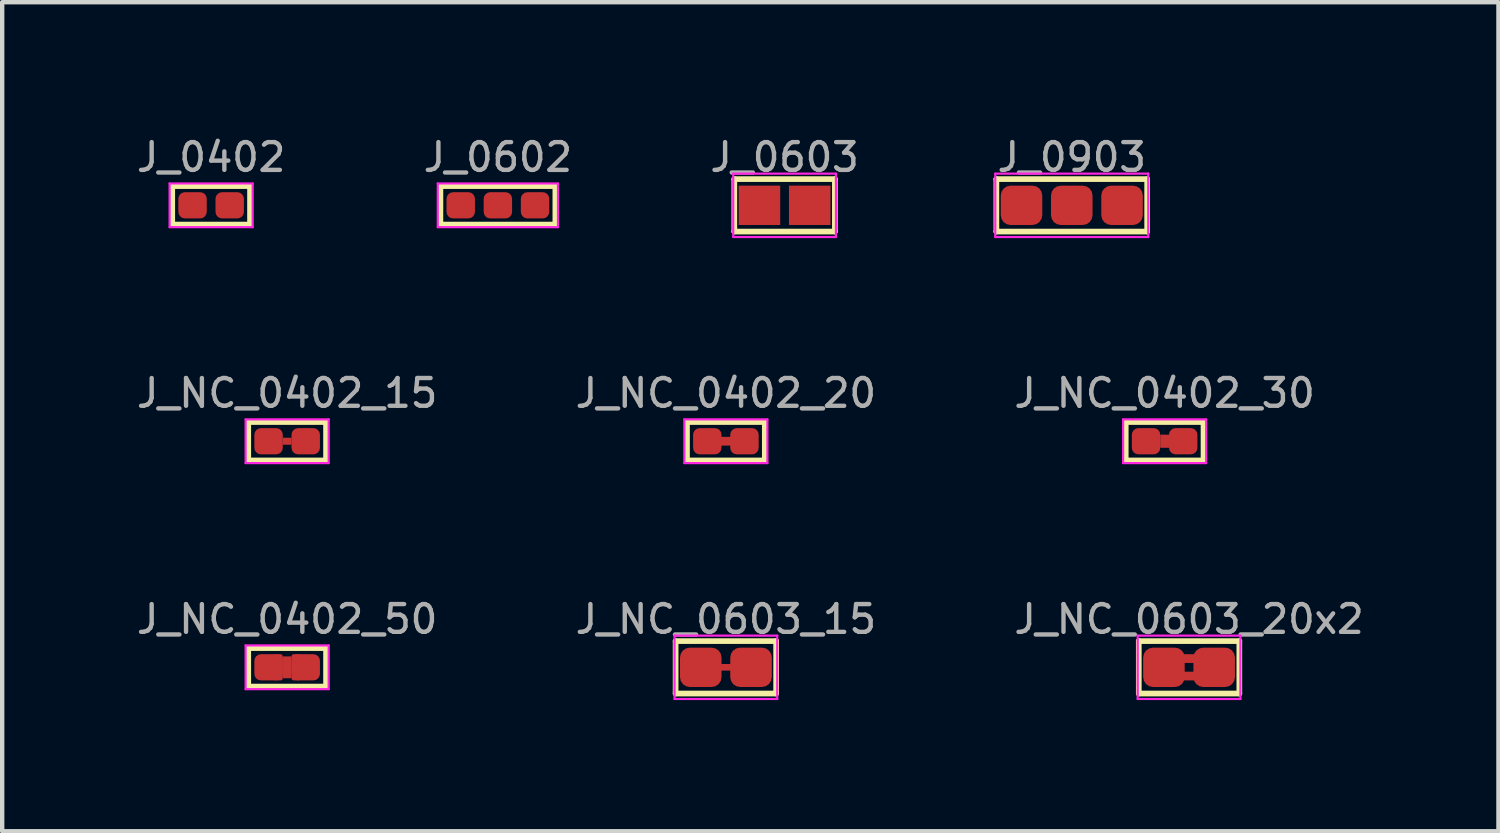
<source format=kicad_pcb>
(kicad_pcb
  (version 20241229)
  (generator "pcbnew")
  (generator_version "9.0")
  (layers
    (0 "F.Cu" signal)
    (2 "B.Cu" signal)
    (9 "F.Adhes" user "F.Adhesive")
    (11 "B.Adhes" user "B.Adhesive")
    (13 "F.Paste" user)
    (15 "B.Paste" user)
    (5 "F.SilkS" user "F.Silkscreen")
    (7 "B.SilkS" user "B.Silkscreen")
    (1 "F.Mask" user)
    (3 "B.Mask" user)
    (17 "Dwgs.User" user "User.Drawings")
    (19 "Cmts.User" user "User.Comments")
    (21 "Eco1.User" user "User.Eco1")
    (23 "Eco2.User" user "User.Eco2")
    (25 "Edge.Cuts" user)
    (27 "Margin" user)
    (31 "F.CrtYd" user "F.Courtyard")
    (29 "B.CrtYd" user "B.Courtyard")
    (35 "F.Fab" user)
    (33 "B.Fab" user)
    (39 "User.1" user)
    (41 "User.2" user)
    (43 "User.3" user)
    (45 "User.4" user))
  (footprint "J_NC_0402_30"
    (layer "F.Cu")
    (at 23.593 7.044)
    (property "Reference" "J_NC_0402_30" (at 0 -1.1 0) (layer "F.Fab") (effects (font (size 0.635 0.635) (thickness 0.1))))
    (attr exclude_from_pos_files exclude_from_bom allow_soldermask_bridges)
    (fp_rect (start -0.1 -0.15) (end 0.1 0.15) (stroke (width 0) (type solid)) (fill yes) (layer "F.Cu"))
    (fp_poly (pts (xy -0.05 -0.2) (xy 0.05 -0.2) (xy 0.05 0.2) (xy -0.05 0.2)) (stroke (width 0.15) (type solid)) (fill yes) (layer "F.Mask"))
    (fp_line (start -0.89 -0.44) (end -0.89 0.44) (stroke (width 0.13) (type solid)) (layer "F.SilkS"))
    (fp_line (start -0.89 -0.44) (end 0.89 -0.44) (stroke (width 0.13) (type solid)) (layer "F.SilkS"))
    (fp_line (start 0.89 -0.44) (end 0.89 0.44) (stroke (width 0.13) (type solid)) (layer "F.SilkS"))
    (fp_line (start 0.89 0.44) (end -0.89 0.44) (stroke (width 0.13) (type solid)) (layer "F.SilkS"))
    (fp_line (start -0.95 -0.5) (end -0.95 0.5) (stroke (width 0.05) (type solid)) (layer "F.CrtYd"))
    (fp_line (start -0.95 -0.5) (end 0.95 -0.5) (stroke (width 0.05) (type solid)) (layer "F.CrtYd"))
    (fp_line (start -0.95 0.5) (end 0.95 0.5) (stroke (width 0.05) (type solid)) (layer "F.CrtYd"))
    (fp_line (start 0.95 -0.5) (end 0.95 0.5) (stroke (width 0.05) (type solid)) (layer "F.CrtYd"))
    (pad "1" smd roundrect (at -0.425 0) (size 0.65 0.6) (layers "F.Cu" "F.Mask") (roundrect_rratio 0.25))
    (pad "2" smd roundrect (at 0.425 0) (size 0.65 0.6) (layers "F.Cu" "F.Mask") (roundrect_rratio 0.25)))
  (footprint "J_0402"
    (layer "F.Cu")
    (at 1.78 1.647)
    (property "Reference" "J_0402" (at 0 -1.1 0) (layer "F.Fab") (effects (font (size 0.635 0.635) (thickness 0.1))))
    (attr exclude_from_pos_files exclude_from_bom allow_soldermask_bridges)
    (fp_poly (pts (xy -0.05 -0.2) (xy 0.05 -0.2) (xy 0.05 0.2) (xy -0.05 0.2)) (stroke (width 0.15) (type solid)) (fill yes) (layer "F.Mask"))
    (fp_line (start -0.89 -0.44) (end -0.89 0.44) (stroke (width 0.13) (type solid)) (layer "F.SilkS"))
    (fp_line (start -0.89 -0.44) (end 0.89 -0.44) (stroke (width 0.13) (type solid)) (layer "F.SilkS"))
    (fp_line (start 0.89 -0.44) (end 0.89 0.44) (stroke (width 0.13) (type solid)) (layer "F.SilkS"))
    (fp_line (start 0.89 0.44) (end -0.89 0.44) (stroke (width 0.13) (type solid)) (layer "F.SilkS"))
    (fp_line (start -0.95 -0.5) (end -0.95 0.5) (stroke (width 0.05) (type solid)) (layer "F.CrtYd"))
    (fp_line (start -0.95 -0.5) (end 0.95 -0.5) (stroke (width 0.05) (type solid)) (layer "F.CrtYd"))
    (fp_line (start -0.95 0.5) (end 0.95 0.5) (stroke (width 0.05) (type solid)) (layer "F.CrtYd"))
    (fp_line (start 0.95 -0.5) (end 0.95 0.5) (stroke (width 0.05) (type solid)) (layer "F.CrtYd"))
    (pad "1" smd roundrect (at -0.425 0) (size 0.65 0.6) (layers "F.Cu" "F.Mask") (roundrect_rratio 0.25))
    (pad "2" smd roundrect (at 0.425 0) (size 0.65 0.6) (layers "F.Cu" "F.Mask") (roundrect_rratio 0.25)))
  (footprint "J_0603"
    (layer "F.Cu")
    (at 14.899 1.647)
    (property "Reference" "J_0603" (at 0 -1.1 0) (layer "F.Fab") (effects (font (size 0.635 0.635) (thickness 0.1))))
    (attr smd)
    (fp_line (start -1.15 -0.6) (end -1.15 0.6) (stroke (width 0.13) (type solid)) (layer "F.SilkS"))
    (fp_line (start -1.15 -0.6) (end 1.15 -0.6) (stroke (width 0.13) (type solid)) (layer "F.SilkS"))
    (fp_line (start 1.15 -0.6) (end 1.15 0.6) (stroke (width 0.13) (type solid)) (layer "F.SilkS"))
    (fp_line (start 1.15 0.6) (end -1.15 0.6) (stroke (width 0.13) (type solid)) (layer "F.SilkS"))
    (fp_line (start -1.175 -0.725) (end -1.175 0.725) (stroke (width 0.05) (type solid)) (layer "F.CrtYd"))
    (fp_line (start -1.175 -0.725) (end 1.175 -0.725) (stroke (width 0.05) (type solid)) (layer "F.CrtYd"))
    (fp_line (start -1.175 0.725) (end 1.175 0.725) (stroke (width 0.05) (type solid)) (layer "F.CrtYd"))
    (fp_line (start 1.175 -0.725) (end 1.175 0.725) (stroke (width 0.05) (type solid)) (layer "F.CrtYd"))
    (pad "1" smd rect (at -0.575 0) (size 0.95 0.9) (layers "F.Cu" "F.Mask" "F.Paste"))
    (pad "2" smd rect (at 0.575 0) (size 0.95 0.9) (layers "F.Cu" "F.Mask" "F.Paste")))
  (footprint "J_0602"
    (layer "F.Cu")
    (at 8.34 1.647)
    (property "Reference" "J_0602" (at 0 -1.1 0) (layer "F.Fab") (effects (font (size 0.635 0.635) (thickness 0.1))))
    (attr exclude_from_pos_files exclude_from_bom allow_soldermask_bridges)
    (fp_poly (pts (xy -0.475 -0.2) (xy -0.375 -0.2) (xy -0.375 0.2) (xy -0.475 0.2)) (stroke (width 0.15) (type solid)) (fill yes) (layer "F.Mask"))
    (fp_poly (pts (xy 0.375 -0.2) (xy 0.475 -0.2) (xy 0.475 0.2) (xy 0.375 0.2)) (stroke (width 0.15) (type solid)) (fill yes) (layer "F.Mask"))
    (fp_line (start -1.315 -0.44) (end -1.315 0.44) (stroke (width 0.13) (type solid)) (layer "F.SilkS"))
    (fp_line (start -1.315 -0.44) (end 1.315 -0.44) (stroke (width 0.13) (type solid)) (layer "F.SilkS"))
    (fp_line (start 1.315 -0.44) (end 1.315 0.44) (stroke (width 0.13) (type solid)) (layer "F.SilkS"))
    (fp_line (start 1.315 0.44) (end -1.315 0.44) (stroke (width 0.13) (type solid)) (layer "F.SilkS"))
    (fp_line (start -1.375 -0.5) (end -1.375 0.5) (stroke (width 0.05) (type solid)) (layer "F.CrtYd"))
    (fp_line (start -1.375 -0.5) (end 1.375 -0.5) (stroke (width 0.05) (type solid)) (layer "F.CrtYd"))
    (fp_line (start -1.375 0.5) (end 1.375 0.5) (stroke (width 0.05) (type solid)) (layer "F.CrtYd"))
    (fp_line (start 1.375 -0.5) (end 1.375 0.5) (stroke (width 0.05) (type solid)) (layer "F.CrtYd"))
    (pad "1" smd roundrect (at -0.85 0) (size 0.65 0.6) (layers "F.Cu" "F.Mask") (roundrect_rratio 0.25))
    (pad "2" smd roundrect (at 0 0) (size 0.65 0.6) (layers "F.Cu" "F.Mask") (roundrect_rratio 0.25))
    (pad "3" smd roundrect (at 0.85 0) (size 0.65 0.6) (layers "F.Cu" "F.Mask") (roundrect_rratio 0.25)))
  (footprint "J_NC_0402_50"
    (layer "F.Cu")
    (at 3.519 12.216)
    (property "Reference" "J_NC_0402_50" (at 0 -1.1 0) (layer "F.Fab") (effects (font (size 0.635 0.635) (thickness 0.1))))
    (attr exclude_from_pos_files exclude_from_bom allow_soldermask_bridges)
    (fp_rect (start -0.1 -0.25) (end 0.1 0.25) (stroke (width 0) (type solid)) (fill yes) (layer "F.Cu"))
    (fp_poly (pts (xy -0.05 -0.25) (xy 0.05 -0.25) (xy 0.05 0.25) (xy -0.05 0.25)) (stroke (width 0.1) (type solid)) (fill yes) (layer "F.Mask"))
    (fp_line (start -0.89 -0.44) (end -0.89 0.44) (stroke (width 0.13) (type solid)) (layer "F.SilkS"))
    (fp_line (start -0.89 -0.44) (end 0.89 -0.44) (stroke (width 0.13) (type solid)) (layer "F.SilkS"))
    (fp_line (start 0.89 -0.44) (end 0.89 0.44) (stroke (width 0.13) (type solid)) (layer "F.SilkS"))
    (fp_line (start 0.89 0.44) (end -0.89 0.44) (stroke (width 0.13) (type solid)) (layer "F.SilkS"))
    (fp_line (start -0.95 -0.5) (end -0.95 0.5) (stroke (width 0.05) (type solid)) (layer "F.CrtYd"))
    (fp_line (start -0.95 -0.5) (end 0.95 -0.5) (stroke (width 0.05) (type solid)) (layer "F.CrtYd"))
    (fp_line (start -0.95 0.5) (end 0.95 0.5) (stroke (width 0.05) (type solid)) (layer "F.CrtYd"))
    (fp_line (start 0.95 -0.5) (end 0.95 0.5) (stroke (width 0.05) (type solid)) (layer "F.CrtYd"))
    (pad "1" smd roundrect (at -0.425 0) (size 0.65 0.6) (layers "F.Cu" "F.Mask") (roundrect_rratio 0.25))
    (pad "1" smd roundrect (at -0.2 0) (size 0.2 0.6) (layers "F.Cu" "F.Mask") (roundrect_rratio 0.25))
    (pad "2" smd roundrect (at 0.2 0) (size 0.2 0.6) (layers "F.Cu" "F.Mask") (roundrect_rratio 0.25))
    (pad "2" smd roundrect (at 0.425 0) (size 0.65 0.6) (layers "F.Cu" "F.Mask") (roundrect_rratio 0.25)))
  (footprint "J_0903"
    (layer "F.Cu")
    (at 21.469 1.647)
    (property "Reference" "J_0903" (at 0 -1.1 0) (layer "F.Fab") (effects (font (size 0.635 0.635) (thickness 0.1))))
    (attr smd)
    (fp_poly (pts (xy -0.625 -0.25) (xy -0.525 -0.25) (xy -0.525 0.25) (xy -0.625 0.25)) (stroke (width 0.15) (type solid)) (fill yes) (layer "F.Mask"))
    (fp_poly (pts (xy 0.525 -0.25) (xy 0.625 -0.25) (xy 0.625 0.25) (xy 0.525 0.25)) (stroke (width 0.15) (type solid)) (fill yes) (layer "F.Mask"))
    (fp_line (start -1.725 -0.6) (end -1.725 0.6) (stroke (width 0.13) (type solid)) (layer "F.SilkS"))
    (fp_line (start -1.725 -0.6) (end 1.725 -0.6) (stroke (width 0.13) (type solid)) (layer "F.SilkS"))
    (fp_line (start 1.725 -0.6) (end 1.725 0.6) (stroke (width 0.13) (type solid)) (layer "F.SilkS"))
    (fp_line (start 1.725 0.6) (end -1.725 0.6) (stroke (width 0.13) (type solid)) (layer "F.SilkS"))
    (fp_line (start -1.75 -0.725) (end -1.75 0.725) (stroke (width 0.05) (type solid)) (layer "F.CrtYd"))
    (fp_line (start -1.75 -0.725) (end 1.75 -0.725) (stroke (width 0.05) (type solid)) (layer "F.CrtYd"))
    (fp_line (start -1.75 0.725) (end 1.75 0.725) (stroke (width 0.05) (type solid)) (layer "F.CrtYd"))
    (fp_line (start 1.75 -0.725) (end 1.75 0.725) (stroke (width 0.05) (type solid)) (layer "F.CrtYd"))
    (pad "1" smd roundrect (at -1.15 0) (size 0.95 0.9) (layers "F.Cu" "F.Mask" "F.Paste") (roundrect_rratio 0.25))
    (pad "2" smd roundrect (at 0 0) (size 0.95 0.9) (layers "F.Cu" "F.Mask" "F.Paste") (roundrect_rratio 0.25))
    (pad "3" smd roundrect (at 1.15 0) (size 0.95 0.9) (layers "F.Cu" "F.Mask" "F.Paste") (roundrect_rratio 0.25)))
  (footprint "J_NC_0402_15"
    (layer "F.Cu")
    (at 3.519 7.044)
    (property "Reference" "J_NC_0402_15" (at 0 -1.1 0) (layer "F.Fab") (effects (font (size 0.635 0.635) (thickness 0.1))))
    (attr exclude_from_pos_files exclude_from_bom)
    (fp_rect (start -0.1 -0.08) (end 0.1 0.08) (stroke (width 0) (type solid)) (fill yes) (layer "F.Cu"))
    (fp_poly (pts (xy -0.05 -0.2) (xy 0.05 -0.2) (xy 0.05 0.2) (xy -0.05 0.2)) (stroke (width 0.15) (type solid)) (fill yes) (layer "F.Mask"))
    (fp_line (start -0.89 -0.44) (end -0.89 0.44) (stroke (width 0.13) (type solid)) (layer "F.SilkS"))
    (fp_line (start -0.89 -0.44) (end 0.89 -0.44) (stroke (width 0.13) (type solid)) (layer "F.SilkS"))
    (fp_line (start 0.89 -0.44) (end 0.89 0.44) (stroke (width 0.13) (type solid)) (layer "F.SilkS"))
    (fp_line (start 0.89 0.44) (end -0.89 0.44) (stroke (width 0.13) (type solid)) (layer "F.SilkS"))
    (fp_line (start -0.95 -0.5) (end -0.95 0.5) (stroke (width 0.05) (type solid)) (layer "F.CrtYd"))
    (fp_line (start -0.95 -0.5) (end 0.95 -0.5) (stroke (width 0.05) (type solid)) (layer "F.CrtYd"))
    (fp_line (start -0.95 0.5) (end 0.95 0.5) (stroke (width 0.05) (type solid)) (layer "F.CrtYd"))
    (fp_line (start 0.95 -0.5) (end 0.95 0.5) (stroke (width 0.05) (type solid)) (layer "F.CrtYd"))
    (pad "1" smd roundrect (at -0.425 0) (size 0.65 0.6) (layers "F.Cu" "F.Mask") (roundrect_rratio 0.25))
    (pad "2" smd roundrect (at 0.425 0) (size 0.65 0.6) (layers "F.Cu" "F.Mask") (roundrect_rratio 0.25)))
  (footprint "J_NC_0402_20"
    (layer "F.Cu")
    (at 13.556 7.044)
    (property "Reference" "J_NC_0402_20" (at 0 -1.1 0) (layer "F.Fab") (effects (font (size 0.635 0.635) (thickness 0.1))))
    (attr smd)
    (fp_line (start -0.2 0) (end 0.2 0) (stroke (width 0.2) (type solid)) (layer "F.Cu"))
    (fp_poly (pts (xy -0.05 -0.2) (xy 0.05 -0.2) (xy 0.05 0.2) (xy -0.05 0.2)) (stroke (width 0.15) (type solid)) (fill yes) (layer "F.Mask"))
    (fp_line (start -0.89 -0.44) (end -0.89 0.44) (stroke (width 0.13) (type solid)) (layer "F.SilkS"))
    (fp_line (start -0.89 -0.44) (end 0.89 -0.44) (stroke (width 0.13) (type solid)) (layer "F.SilkS"))
    (fp_line (start 0.89 -0.44) (end 0.89 0.44) (stroke (width 0.13) (type solid)) (layer "F.SilkS"))
    (fp_line (start 0.89 0.44) (end -0.89 0.44) (stroke (width 0.13) (type solid)) (layer "F.SilkS"))
    (fp_line (start -0.95 -0.5) (end -0.95 0.5) (stroke (width 0.05) (type solid)) (layer "F.CrtYd"))
    (fp_line (start -0.95 -0.5) (end 0.95 -0.5) (stroke (width 0.05) (type solid)) (layer "F.CrtYd"))
    (fp_line (start -0.95 0.5) (end 0.95 0.5) (stroke (width 0.05) (type solid)) (layer "F.CrtYd"))
    (fp_line (start 0.95 -0.5) (end 0.95 0.5) (stroke (width 0.05) (type solid)) (layer "F.CrtYd"))
    (pad "1" smd roundrect (at -0.425 0) (size 0.65 0.6) (layers "F.Cu" "F.Mask" "F.Paste") (roundrect_rratio 0.25))
    (pad "2" smd roundrect (at 0.425 0) (size 0.65 0.6) (layers "F.Cu" "F.Mask" "F.Paste") (roundrect_rratio 0.25)))
  (footprint "J_NC_0603_20x2"
    (layer "F.Cu")
    (at 24.152 12.216)
    (property "Reference" "J_NC_0603_20x2" (at 0 -1.1 0) (layer "F.Fab") (effects (font (size 0.635 0.635) (thickness 0.1))))
    (attr exclude_from_pos_files exclude_from_bom)
    (fp_rect (start -0.12 -0.3) (end 0.12 -0.1) (stroke (width 0) (type solid)) (fill yes) (layer "F.Cu"))
    (fp_rect (start -0.12 0.1) (end 0.12 0.3) (stroke (width 0) (type solid)) (fill yes) (layer "F.Cu"))
    (fp_poly (pts (xy -0.1 -0.35) (xy 0.1 -0.35) (xy 0.1 0.35) (xy -0.1 0.35)) (stroke (width 0.15) (type solid)) (fill yes) (layer "F.Mask"))
    (fp_line (start -1.15 -0.6) (end -1.15 0.6) (stroke (width 0.13) (type solid)) (layer "F.SilkS"))
    (fp_line (start -1.15 -0.6) (end 1.15 -0.6) (stroke (width 0.13) (type solid)) (layer "F.SilkS"))
    (fp_line (start 1.15 -0.6) (end 1.15 0.6) (stroke (width 0.13) (type solid)) (layer "F.SilkS"))
    (fp_line (start 1.15 0.6) (end -1.15 0.6) (stroke (width 0.13) (type solid)) (layer "F.SilkS"))
    (fp_line (start -1.175 -0.725) (end -1.175 0.725) (stroke (width 0.05) (type solid)) (layer "F.CrtYd"))
    (fp_line (start -1.175 -0.725) (end 1.175 -0.725) (stroke (width 0.05) (type solid)) (layer "F.CrtYd"))
    (fp_line (start -1.175 0.725) (end 1.175 0.725) (stroke (width 0.05) (type solid)) (layer "F.CrtYd"))
    (fp_line (start 1.175 -0.725) (end 1.175 0.725) (stroke (width 0.05) (type solid)) (layer "F.CrtYd"))
    (pad "1" smd roundrect (at -0.575 0) (size 0.95 0.9) (layers "F.Cu" "F.Mask") (roundrect_rratio 0.25))
    (pad "2" smd roundrect (at 0.575 0) (size 0.95 0.9) (layers "F.Cu" "F.Mask") (roundrect_rratio 0.25)))
  (footprint "J_NC_0603_15"
    (layer "F.Cu")
    (at 13.556 12.216)
    (property "Reference" "J_NC_0603_15" (at 0 -1.1 0) (layer "F.Fab") (effects (font (size 0.635 0.635) (thickness 0.1))))
    (attr smd)
    (fp_line (start -0.2 0) (end 0.2 0) (stroke (width 0.15) (type solid)) (layer "F.Cu"))
    (fp_poly (pts (xy -0.05 -0.25) (xy 0.05 -0.25) (xy 0.05 0.25) (xy -0.05 0.25)) (stroke (width 0.15) (type solid)) (fill yes) (layer "F.Mask"))
    (fp_line (start -1.15 -0.6) (end -1.15 0.6) (stroke (width 0.13) (type solid)) (layer "F.SilkS"))
    (fp_line (start -1.15 -0.6) (end 1.15 -0.6) (stroke (width 0.13) (type solid)) (layer "F.SilkS"))
    (fp_line (start 1.15 -0.6) (end 1.15 0.6) (stroke (width 0.13) (type solid)) (layer "F.SilkS"))
    (fp_line (start 1.15 0.6) (end -1.15 0.6) (stroke (width 0.13) (type solid)) (layer "F.SilkS"))
    (fp_line (start -1.175 -0.725) (end -1.175 0.725) (stroke (width 0.05) (type solid)) (layer "F.CrtYd"))
    (fp_line (start -1.175 -0.725) (end 1.175 -0.725) (stroke (width 0.05) (type solid)) (layer "F.CrtYd"))
    (fp_line (start -1.175 0.725) (end 1.175 0.725) (stroke (width 0.05) (type solid)) (layer "F.CrtYd"))
    (fp_line (start 1.175 -0.725) (end 1.175 0.725) (stroke (width 0.05) (type solid)) (layer "F.CrtYd"))
    (pad "1" smd roundrect (at -0.575 0) (size 0.95 0.9) (layers "F.Cu" "F.Mask" "F.Paste") (roundrect_rratio 0.25))
    (pad "2" smd roundrect (at 0.575 0) (size 0.95 0.9) (layers "F.Cu" "F.Mask" "F.Paste") (roundrect_rratio 0.25)))
  (gr_rect
    (start -3 -3)
    (end 31.23 15.966)
    (stroke (width 0.1) (type default))
    (fill no)
    (layer "Edge.Cuts")))
</source>
